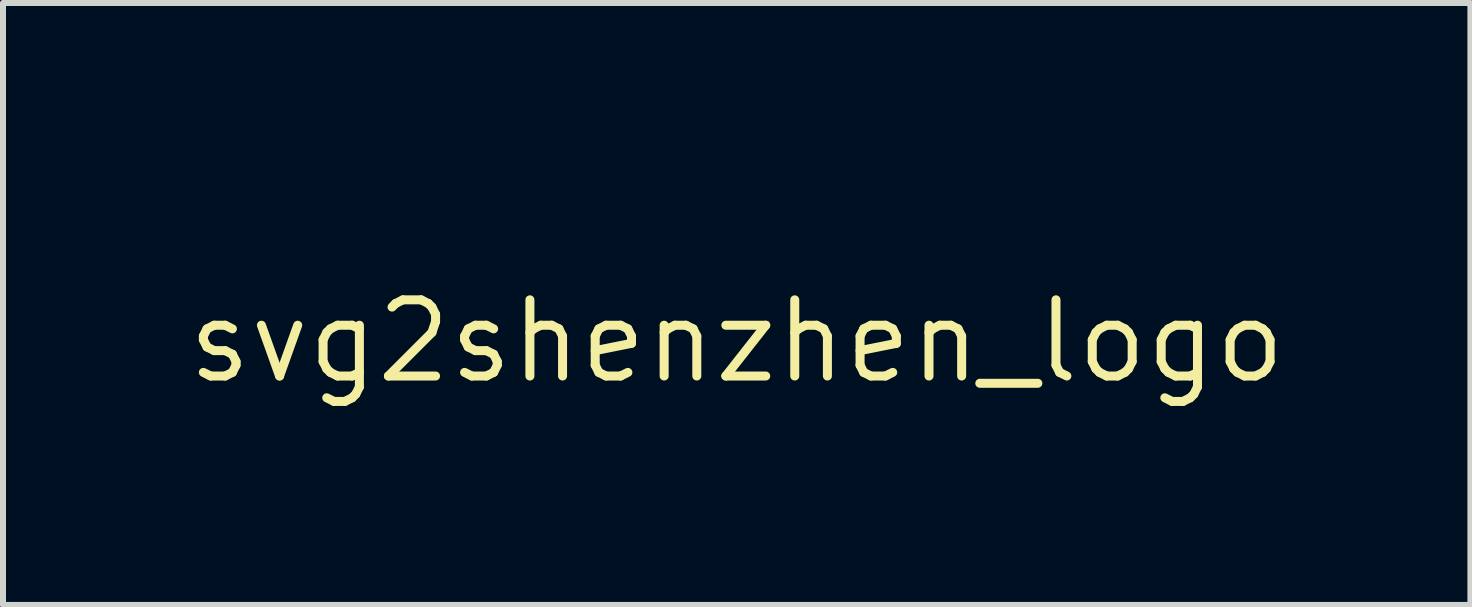
<source format=kicad_pcb>
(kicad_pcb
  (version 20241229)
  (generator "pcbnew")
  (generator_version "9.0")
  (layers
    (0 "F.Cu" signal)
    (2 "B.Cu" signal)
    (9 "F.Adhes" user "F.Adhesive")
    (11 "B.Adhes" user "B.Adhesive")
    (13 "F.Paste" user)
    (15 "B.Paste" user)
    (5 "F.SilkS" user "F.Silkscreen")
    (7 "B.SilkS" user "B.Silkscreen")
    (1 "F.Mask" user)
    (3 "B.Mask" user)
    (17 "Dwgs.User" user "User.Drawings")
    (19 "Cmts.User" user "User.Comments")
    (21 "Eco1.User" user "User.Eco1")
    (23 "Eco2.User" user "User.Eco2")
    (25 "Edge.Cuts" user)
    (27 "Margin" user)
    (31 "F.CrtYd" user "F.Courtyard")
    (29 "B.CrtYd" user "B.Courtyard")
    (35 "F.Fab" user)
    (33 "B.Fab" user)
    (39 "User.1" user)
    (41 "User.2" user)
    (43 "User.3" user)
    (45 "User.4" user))
  (footprint "svg2shenzhen_logo"
    (layer "F.Cu")
    (at 9.23 2.638)
    (property "Reference" "svg2shenzhen_logo" (at 0 0 0) (layer "F.SilkS") (effects (font (size 1.27 1.27) (thickness 0.15))))
    (attr through_hole)
    (fp_poly (pts (xy -1.122 -0.064) (xy -0.72 -0.064) (xy -0.72 -0.699) (xy -0.55 -0.699) (xy -0.55 0.826) (xy -0.72 0.826) (xy -0.72 0.169) (xy -1.122 0.169) (xy -1.122 0.826) (xy -1.291 0.826) (xy -1.291 -0.699) (xy -1.122 -0.699) (xy -1.122 -0.064)) (stroke (width 0.01) (type solid)) (fill yes) (layer "F.Mask"))
    (fp_poly (pts (xy 2.349 -0.064) (xy 2.752 -0.064) (xy 2.752 -0.699) (xy 2.921 -0.699) (xy 2.921 0.826) (xy 2.752 0.826) (xy 2.752 0.169) (xy 2.349 0.169) (xy 2.349 0.826) (xy 2.18 0.826) (xy 2.18 -0.699) (xy 2.349 -0.699) (xy 2.349 -0.064)) (stroke (width 0.01) (type solid)) (fill yes) (layer "F.Mask"))
    (fp_poly (pts (xy 3.789 -0.466) (xy 3.281 -0.466) (xy 3.281 -0.064) (xy 3.768 -0.064) (xy 3.768 0.169) (xy 3.281 0.169) (xy 3.281 0.593) (xy 3.81 0.593) (xy 3.81 0.826) (xy 3.111 0.826) (xy 3.111 -0.699) (xy 3.789 -0.699) (xy 3.789 -0.466)) (stroke (width 0.01) (type solid)) (fill yes) (layer "F.Mask"))
    (fp_poly (pts (xy 0.553 -0.694) (xy 0.64 -0.688) (xy 0.849 -0.159) (xy 1.057 0.37) (xy 1.058 -0.699) (xy 1.228 -0.699) (xy 1.228 0.828) (xy 1.049 0.815) (xy 0.646 -0.221) (xy 0.64 0.302) (xy 0.634 0.826) (xy 0.466 0.826) (xy 0.466 -0.701) (xy 0.553 -0.694)) (stroke (width 0.01) (type solid)) (fill yes) (layer "F.Mask"))
    (fp_poly (pts (xy 0.296 -0.466) (xy -0.191 -0.466) (xy -0.191 -0.064) (xy 0.299 -0.064) (xy 0.292 0.048) (xy 0.286 0.159) (xy 0.048 0.165) (xy -0.191 0.171) (xy -0.191 0.593) (xy 0.318 0.593) (xy 0.318 0.826) (xy -0.36 0.826) (xy -0.36 -0.699) (xy 0.296 -0.699) (xy 0.296 -0.466)) (stroke (width 0.01) (type solid)) (fill yes) (layer "F.Mask"))
    (fp_poly (pts (xy 4.037 -0.694) (xy 4.116 -0.688) (xy 4.328 -0.148) (xy 4.54 0.391) (xy 4.552 -0.699) (xy 4.699 -0.699) (xy 4.699 0.828) (xy 4.613 0.821) (xy 4.526 0.815) (xy 4.322 0.292) (xy 4.117 -0.231) (xy 4.111 0.297) (xy 4.106 0.826) (xy 3.958 0.826) (xy 3.958 -0.701) (xy 4.037 -0.694)) (stroke (width 0.01) (type solid)) (fill yes) (layer "F.Mask"))
    (fp_poly (pts (xy -3.093 -2.597) (xy -3.08 -2.573) (xy -3.071 -2.522) (xy -3.063 -2.438) (xy -3.062 -2.429) (xy -3.054 -2.302) (xy -3.05 -2.166) (xy -3.05 -2.031) (xy -3.053 -1.91) (xy -3.059 -1.813) (xy -3.065 -1.769) (xy -3.084 -1.704) (xy -3.111 -1.678) (xy -3.142 -1.691) (xy -3.148 -1.698) (xy -3.156 -1.727) (xy -3.164 -1.791) (xy -3.171 -1.883) (xy -3.179 -1.997) (xy -3.184 -2.125) (xy -3.185 -2.133) (xy -3.19 -2.287) (xy -3.192 -2.403) (xy -3.189 -2.487) (xy -3.182 -2.544) (xy -3.169 -2.579) (xy -3.15 -2.597) (xy -3.124 -2.603) (xy -3.112 -2.603) (xy -3.093 -2.597)) (stroke (width 0.01) (type solid)) (fill yes) (layer "F.Mask"))
    (fp_poly (pts (xy 3.346 -2.623) (xy 3.352 -2.619) (xy 3.363 -2.607) (xy 3.372 -2.586) (xy 3.378 -2.551) (xy 3.382 -2.496) (xy 3.384 -2.416) (xy 3.384 -2.306) (xy 3.382 -2.159) (xy 3.382 -2.138) (xy 3.38 -1.988) (xy 3.378 -1.875) (xy 3.375 -1.794) (xy 3.37 -1.739) (xy 3.364 -1.706) (xy 3.356 -1.688) (xy 3.344 -1.68) (xy 3.334 -1.679) (xy 3.285 -1.681) (xy 3.265 -1.686) (xy 3.256 -1.701) (xy 3.248 -1.739) (xy 3.243 -1.806) (xy 3.24 -1.904) (xy 3.239 -2.038) (xy 3.239 -2.136) (xy 3.239 -2.285) (xy 3.24 -2.397) (xy 3.243 -2.478) (xy 3.247 -2.534) (xy 3.254 -2.571) (xy 3.263 -2.594) (xy 3.276 -2.61) (xy 3.277 -2.611) (xy 3.313 -2.633) (xy 3.346 -2.623)) (stroke (width 0.01) (type solid)) (fill yes) (layer "F.Mask"))
    (fp_poly (pts (xy 2.053 -0.583) (xy 2.052 -0.546) (xy 2.046 -0.506) (xy 2.033 -0.46) (xy 2.012 -0.401) (xy 1.981 -0.326) (xy 1.937 -0.228) (xy 1.879 -0.102) (xy 1.804 0.056) (xy 1.801 0.062) (xy 1.549 0.593) (xy 2.053 0.593) (xy 2.053 0.826) (xy 1.333 0.826) (xy 1.333 0.723) (xy 1.336 0.687) (xy 1.344 0.646) (xy 1.361 0.593) (xy 1.387 0.525) (xy 1.425 0.436) (xy 1.477 0.322) (xy 1.545 0.177) (xy 1.587 0.088) (xy 1.653 -0.051) (xy 1.713 -0.177) (xy 1.764 -0.285) (xy 1.804 -0.371) (xy 1.83 -0.429) (xy 1.841 -0.455) (xy 1.841 -0.455) (xy 1.822 -0.459) (xy 1.768 -0.463) (xy 1.689 -0.465) (xy 1.609 -0.466) (xy 1.376 -0.466) (xy 1.376 -0.699) (xy 2.053 -0.699) (xy 2.053 -0.583)) (stroke (width 0.01) (type solid)) (fill yes) (layer "F.Mask"))
    (fp_poly (pts (xy 4.073 -2.624) (xy 4.162 -2.623) (xy 4.221 -2.62) (xy 4.258 -2.614) (xy 4.28 -2.604) (xy 4.292 -2.589) (xy 4.299 -2.574) (xy 4.311 -2.517) (xy 4.298 -2.479) (xy 4.278 -2.453) (xy 4.245 -2.44) (xy 4.186 -2.435) (xy 4.148 -2.434) (xy 4.022 -2.434) (xy 4.022 -2.079) (xy 4.021 -1.937) (xy 4.018 -1.833) (xy 4.011 -1.76) (xy 4 -1.712) (xy 3.983 -1.686) (xy 3.959 -1.674) (xy 3.935 -1.672) (xy 3.897 -1.689) (xy 3.886 -1.706) (xy 3.882 -1.737) (xy 3.878 -1.803) (xy 3.875 -1.896) (xy 3.874 -2.007) (xy 3.873 -2.087) (xy 3.873 -2.434) (xy 3.746 -2.434) (xy 3.673 -2.436) (xy 3.631 -2.444) (xy 3.608 -2.463) (xy 3.596 -2.484) (xy 3.584 -2.542) (xy 3.597 -2.58) (xy 3.608 -2.597) (xy 3.625 -2.609) (xy 3.655 -2.617) (xy 3.703 -2.622) (xy 3.777 -2.624) (xy 3.884 -2.625) (xy 3.949 -2.625) (xy 4.073 -2.624)) (stroke (width 0.01) (type solid)) (fill yes) (layer "F.Mask"))
    (fp_poly (pts (xy 0.502 -2.62) (xy 0.524 -2.618) (xy 0.669 -2.598) (xy 0.78 -2.558) (xy 0.866 -2.496) (xy 0.933 -2.407) (xy 0.94 -2.393) (xy 0.993 -2.253) (xy 1.004 -2.111) (xy 0.974 -1.971) (xy 0.903 -1.837) (xy 0.895 -1.826) (xy 0.841 -1.766) (xy 0.775 -1.724) (xy 0.688 -1.697) (xy 0.572 -1.681) (xy 0.528 -1.678) (xy 0.34 -1.666) (xy 0.318 -1.723) (xy 0.311 -1.763) (xy 0.305 -1.837) (xy 0.304 -1.863) (xy 0.445 -1.863) (xy 0.534 -1.864) (xy 0.613 -1.871) (xy 0.688 -1.887) (xy 0.698 -1.89) (xy 0.777 -1.937) (xy 0.832 -2.009) (xy 0.861 -2.096) (xy 0.864 -2.188) (xy 0.84 -2.275) (xy 0.788 -2.347) (xy 0.738 -2.383) (xy 0.678 -2.405) (xy 0.599 -2.423) (xy 0.559 -2.428) (xy 0.445 -2.44) (xy 0.445 -1.863) (xy 0.304 -1.863) (xy 0.3 -1.938) (xy 0.297 -2.057) (xy 0.296 -2.169) (xy 0.297 -2.321) (xy 0.299 -2.436) (xy 0.306 -2.518) (xy 0.32 -2.573) (xy 0.345 -2.605) (xy 0.381 -2.621) (xy 0.433 -2.624) (xy 0.502 -2.62)) (stroke (width 0.01) (type solid)) (fill yes) (layer "F.Mask"))
    (fp_poly (pts (xy -5.883 -2.612) (xy -5.734 -2.601) (xy -5.618 -2.568) (xy -5.53 -2.512) (xy -5.465 -2.426) (xy -5.418 -2.309) (xy -5.409 -2.274) (xy -5.391 -2.196) (xy -5.387 -2.137) (xy -5.396 -2.073) (xy -5.409 -2.022) (xy -5.457 -1.892) (xy -5.526 -1.791) (xy -5.61 -1.725) (xy -5.659 -1.709) (xy -5.736 -1.694) (xy -5.828 -1.682) (xy -5.862 -1.679) (xy -6.052 -1.666) (xy -6.074 -1.723) (xy -6.081 -1.763) (xy -6.087 -1.837) (xy -6.091 -1.935) (xy -6.093 -2.049) (xy -6.094 -2.17) (xy -6.093 -2.289) (xy -6.09 -2.397) (xy -6.088 -2.434) (xy -5.969 -2.434) (xy -5.969 -1.863) (xy -5.868 -1.864) (xy -5.789 -1.87) (xy -5.713 -1.885) (xy -5.695 -1.89) (xy -5.615 -1.938) (xy -5.558 -2.013) (xy -5.529 -2.104) (xy -5.531 -2.201) (xy -5.566 -2.295) (xy -5.567 -2.297) (xy -5.632 -2.364) (xy -5.726 -2.411) (xy -5.839 -2.433) (xy -5.874 -2.434) (xy -5.969 -2.434) (xy -6.088 -2.434) (xy -6.086 -2.486) (xy -6.08 -2.546) (xy -6.077 -2.561) (xy -6.067 -2.587) (xy -6.051 -2.602) (xy -6.019 -2.61) (xy -5.961 -2.612) (xy -5.883 -2.612)) (stroke (width 0.01) (type solid)) (fill yes) (layer "F.Mask"))
    (fp_poly (pts (xy 5.168 -2.618) (xy 5.181 -2.611) (xy 5.194 -2.599) (xy 5.204 -2.577) (xy 5.211 -2.539) (xy 5.216 -2.479) (xy 5.219 -2.392) (xy 5.222 -2.272) (xy 5.224 -2.178) (xy 5.226 -2.017) (xy 5.226 -1.895) (xy 5.223 -1.804) (xy 5.218 -1.742) (xy 5.209 -1.703) (xy 5.196 -1.682) (xy 5.178 -1.675) (xy 5.159 -1.676) (xy 5.126 -1.692) (xy 5.104 -1.731) (xy 5.09 -1.799) (xy 5.083 -1.903) (xy 5.083 -1.931) (xy 5.08 -2.053) (xy 4.657 -2.053) (xy 4.657 -1.904) (xy 4.654 -1.823) (xy 4.646 -1.754) (xy 4.635 -1.713) (xy 4.599 -1.678) (xy 4.557 -1.675) (xy 4.525 -1.703) (xy 4.519 -1.72) (xy 4.515 -1.755) (xy 4.513 -1.826) (xy 4.512 -1.923) (xy 4.512 -2.041) (xy 4.513 -2.171) (xy 4.513 -2.178) (xy 4.515 -2.321) (xy 4.518 -2.427) (xy 4.522 -2.503) (xy 4.528 -2.553) (xy 4.536 -2.585) (xy 4.546 -2.603) (xy 4.557 -2.612) (xy 4.599 -2.62) (xy 4.63 -2.589) (xy 4.65 -2.52) (xy 4.657 -2.415) (xy 4.657 -2.409) (xy 4.657 -2.265) (xy 5.074 -2.265) (xy 5.086 -2.426) (xy 5.097 -2.528) (xy 5.113 -2.592) (xy 5.136 -2.621) (xy 5.168 -2.618)) (stroke (width 0.01) (type solid)) (fill yes) (layer "F.Mask"))
    (fp_poly (pts (xy -2.54 -0.851) (xy -2.452 -0.801) (xy -2.384 -0.714) (xy -2.373 -0.692) (xy -2.321 -0.541) (xy -2.302 -0.376) (xy -2.314 -0.211) (xy -2.359 -0.057) (xy -2.371 -0.031) (xy -2.408 0.027) (xy -2.466 0.099) (xy -2.536 0.173) (xy -2.56 0.196) (xy -2.653 0.287) (xy -2.729 0.373) (xy -2.784 0.447) (xy -2.812 0.504) (xy -2.815 0.522) (xy -2.806 0.534) (xy -2.776 0.543) (xy -2.719 0.548) (xy -2.628 0.55) (xy -2.561 0.55) (xy -2.307 0.55) (xy -2.307 0.826) (xy -3.018 0.826) (xy -3.002 0.651) (xy -2.979 0.485) (xy -2.937 0.346) (xy -2.871 0.224) (xy -2.775 0.107) (xy -2.67 0.006) (xy -2.576 -0.087) (xy -2.516 -0.174) (xy -2.485 -0.265) (xy -2.477 -0.359) (xy -2.489 -0.468) (xy -2.523 -0.553) (xy -2.578 -0.606) (xy -2.595 -0.615) (xy -2.665 -0.623) (xy -2.725 -0.592) (xy -2.772 -0.526) (xy -2.803 -0.428) (xy -2.811 -0.378) (xy -2.826 -0.243) (xy -2.905 -0.237) (xy -2.985 -0.23) (xy -2.985 -0.355) (xy -2.97 -0.516) (xy -2.926 -0.655) (xy -2.856 -0.767) (xy -2.837 -0.788) (xy -2.783 -0.836) (xy -2.737 -0.86) (xy -2.679 -0.867) (xy -2.654 -0.868) (xy -2.54 -0.851)) (stroke (width 0.01) (type solid)) (fill yes) (layer "F.Mask"))
    (fp_poly (pts (xy -4.094 -0.695) (xy -4.066 -0.685) (xy -4.064 -0.682) (xy -4.068 -0.659) (xy -4.08 -0.599) (xy -4.098 -0.511) (xy -4.122 -0.398) (xy -4.149 -0.268) (xy -4.179 -0.125) (xy -4.211 0.024) (xy -4.243 0.173) (xy -4.273 0.316) (xy -4.302 0.448) (xy -4.326 0.563) (xy -4.346 0.654) (xy -4.36 0.716) (xy -4.362 0.725) (xy -4.378 0.785) (xy -4.397 0.815) (xy -4.428 0.825) (xy -4.463 0.825) (xy -4.54 0.825) (xy -4.705 0.079) (xy -4.742 -0.092) (xy -4.777 -0.251) (xy -4.807 -0.392) (xy -4.833 -0.51) (xy -4.852 -0.601) (xy -4.864 -0.66) (xy -4.869 -0.683) (xy -4.85 -0.693) (xy -4.803 -0.698) (xy -4.784 -0.699) (xy -4.731 -0.695) (xy -4.701 -0.686) (xy -4.699 -0.683) (xy -4.694 -0.656) (xy -4.682 -0.595) (xy -4.664 -0.506) (xy -4.641 -0.398) (xy -4.615 -0.275) (xy -4.587 -0.146) (xy -4.559 -0.015) (xy -4.531 0.109) (xy -4.506 0.221) (xy -4.486 0.313) (xy -4.47 0.379) (xy -4.461 0.412) (xy -4.46 0.415) (xy -4.454 0.398) (xy -4.441 0.344) (xy -4.421 0.259) (xy -4.398 0.148) (xy -4.37 0.017) (xy -4.341 -0.129) (xy -4.339 -0.137) (xy -4.227 -0.699) (xy -4.146 -0.699) (xy -4.094 -0.695)) (stroke (width 0.01) (type solid)) (fill yes) (layer "F.Mask"))
    (fp_poly (pts (xy -2.148 -2.6) (xy -2.094 -2.578) (xy -2.07 -2.553) (xy -2.064 -2.509) (xy -2.064 -2.498) (xy -2.064 -2.424) (xy -2.233 -2.424) (xy -2.373 -2.413) (xy -2.479 -2.38) (xy -2.551 -2.324) (xy -2.592 -2.243) (xy -2.603 -2.148) (xy -2.585 -2.043) (xy -2.533 -1.958) (xy -2.452 -1.899) (xy -2.348 -1.869) (xy -2.258 -1.868) (xy -2.181 -1.884) (xy -2.132 -1.911) (xy -2.115 -1.943) (xy -2.131 -1.974) (xy -2.183 -1.997) (xy -2.201 -2) (xy -2.261 -2.017) (xy -2.291 -2.044) (xy -2.299 -2.066) (xy -2.299 -2.123) (xy -2.263 -2.164) (xy -2.189 -2.189) (xy -2.168 -2.192) (xy -2.1 -2.198) (xy -2.055 -2.189) (xy -2.029 -2.159) (xy -2.016 -2.1) (xy -2.014 -2.009) (xy -2.015 -1.962) (xy -2.019 -1.87) (xy -2.025 -1.811) (xy -2.037 -1.773) (xy -2.055 -1.748) (xy -2.074 -1.733) (xy -2.14 -1.703) (xy -2.232 -1.685) (xy -2.332 -1.68) (xy -2.425 -1.691) (xy -2.463 -1.702) (xy -2.534 -1.738) (xy -2.6 -1.785) (xy -2.606 -1.791) (xy -2.657 -1.859) (xy -2.704 -1.952) (xy -2.737 -2.052) (xy -2.752 -2.143) (xy -2.752 -2.148) (xy -2.741 -2.226) (xy -2.715 -2.316) (xy -2.678 -2.403) (xy -2.637 -2.472) (xy -2.619 -2.492) (xy -2.515 -2.562) (xy -2.393 -2.605) (xy -2.266 -2.619) (xy -2.148 -2.6)) (stroke (width 0.01) (type solid)) (fill yes) (layer "F.Mask"))
    (fp_poly (pts (xy -3.648 -2.606) (xy -3.566 -2.576) (xy -3.515 -2.533) (xy -3.499 -2.478) (xy -3.504 -2.453) (xy -3.514 -2.432) (xy -3.532 -2.42) (xy -3.569 -2.416) (xy -3.632 -2.419) (xy -3.691 -2.424) (xy -3.817 -2.429) (xy -3.92 -2.421) (xy -3.994 -2.402) (xy -4.036 -2.373) (xy -4.043 -2.351) (xy -4.038 -2.33) (xy -4.021 -2.311) (xy -3.983 -2.291) (xy -3.921 -2.269) (xy -3.826 -2.239) (xy -3.771 -2.223) (xy -3.653 -2.18) (xy -3.573 -2.128) (xy -3.523 -2.063) (xy -3.5 -1.993) (xy -3.504 -1.904) (xy -3.542 -1.816) (xy -3.61 -1.739) (xy -3.624 -1.729) (xy -3.682 -1.703) (xy -3.769 -1.686) (xy -3.871 -1.678) (xy -3.974 -1.68) (xy -4.066 -1.692) (xy -4.096 -1.7) (xy -4.15 -1.72) (xy -4.174 -1.745) (xy -4.18 -1.788) (xy -4.18 -1.8) (xy -4.18 -1.873) (xy -3.957 -1.866) (xy -3.855 -1.864) (xy -3.785 -1.865) (xy -3.739 -1.872) (xy -3.706 -1.885) (xy -3.683 -1.901) (xy -3.652 -1.935) (xy -3.653 -1.965) (xy -3.687 -1.994) (xy -3.758 -2.023) (xy -3.869 -2.055) (xy -3.869 -2.056) (xy -4.004 -2.099) (xy -4.099 -2.15) (xy -4.16 -2.211) (xy -4.188 -2.285) (xy -4.191 -2.325) (xy -4.177 -2.437) (xy -4.133 -2.52) (xy -4.058 -2.578) (xy -3.949 -2.611) (xy -3.885 -2.619) (xy -3.756 -2.621) (xy -3.648 -2.606)) (stroke (width 0.01) (type solid)) (fill yes) (layer "F.Mask"))
    (fp_poly (pts (xy -1.601 -2.603) (xy -1.566 -2.57) (xy -1.518 -2.514) (xy -1.452 -2.432) (xy -1.364 -2.32) (xy -1.349 -2.301) (xy -1.278 -2.211) (xy -1.216 -2.134) (xy -1.167 -2.077) (xy -1.136 -2.045) (xy -1.128 -2.04) (xy -1.123 -2.063) (xy -1.118 -2.121) (xy -1.111 -2.204) (xy -1.105 -2.305) (xy -1.104 -2.321) (xy -1.09 -2.593) (xy -0.984 -2.593) (xy -0.979 -2.169) (xy -0.977 -2.02) (xy -0.977 -1.907) (xy -0.979 -1.826) (xy -0.984 -1.769) (xy -0.991 -1.732) (xy -1.002 -1.708) (xy -1.005 -1.703) (xy -1.026 -1.68) (xy -1.046 -1.679) (xy -1.074 -1.704) (xy -1.102 -1.736) (xy -1.14 -1.781) (xy -1.195 -1.851) (xy -1.262 -1.936) (xy -1.333 -2.027) (xy -1.34 -2.037) (xy -1.405 -2.12) (xy -1.461 -2.19) (xy -1.503 -2.239) (xy -1.527 -2.263) (xy -1.529 -2.264) (xy -1.536 -2.245) (xy -1.542 -2.193) (xy -1.545 -2.117) (xy -1.545 -2.077) (xy -1.549 -1.917) (xy -1.559 -1.797) (xy -1.577 -1.72) (xy -1.602 -1.684) (xy -1.634 -1.688) (xy -1.655 -1.708) (xy -1.667 -1.74) (xy -1.677 -1.802) (xy -1.684 -1.899) (xy -1.689 -2.034) (xy -1.69 -2.07) (xy -1.692 -2.243) (xy -1.69 -2.378) (xy -1.683 -2.48) (xy -1.671 -2.551) (xy -1.654 -2.598) (xy -1.652 -2.602) (xy -1.64 -2.616) (xy -1.624 -2.617) (xy -1.601 -2.603)) (stroke (width 0.01) (type solid)) (fill yes) (layer "F.Mask"))
    (fp_poly (pts (xy -0.227 -2.623) (xy -0.138 -2.62) (xy -0.079 -2.612) (xy -0.044 -2.597) (xy -0.027 -2.575) (xy -0.021 -2.542) (xy -0.021 -2.527) (xy -0.023 -2.478) (xy -0.026 -2.453) (xy -0.026 -2.453) (xy -0.048 -2.45) (xy -0.104 -2.446) (xy -0.183 -2.441) (xy -0.254 -2.437) (xy -0.476 -2.424) (xy -0.489 -2.27) (xy -0.331 -2.255) (xy -0.249 -2.246) (xy -0.199 -2.235) (xy -0.173 -2.219) (xy -0.162 -2.196) (xy -0.157 -2.14) (xy -0.181 -2.103) (xy -0.237 -2.08) (xy -0.33 -2.07) (xy -0.334 -2.07) (xy -0.476 -2.064) (xy -0.483 -1.963) (xy -0.489 -1.863) (xy -0.303 -1.862) (xy -0.188 -1.861) (xy -0.11 -1.856) (xy -0.06 -1.845) (xy -0.033 -1.825) (xy -0.023 -1.795) (xy -0.021 -1.767) (xy -0.024 -1.731) (xy -0.037 -1.705) (xy -0.067 -1.689) (xy -0.118 -1.679) (xy -0.199 -1.674) (xy -0.315 -1.673) (xy -0.34 -1.672) (xy -0.46 -1.675) (xy -0.543 -1.683) (xy -0.586 -1.695) (xy -0.588 -1.698) (xy -0.596 -1.725) (xy -0.602 -1.787) (xy -0.607 -1.876) (xy -0.611 -1.983) (xy -0.614 -2.101) (xy -0.615 -2.222) (xy -0.615 -2.338) (xy -0.613 -2.441) (xy -0.61 -2.524) (xy -0.604 -2.578) (xy -0.601 -2.591) (xy -0.589 -2.606) (xy -0.56 -2.616) (xy -0.509 -2.622) (xy -0.427 -2.624) (xy -0.352 -2.624) (xy -0.227 -2.623)) (stroke (width 0.01) (type solid)) (fill yes) (layer "F.Mask"))
    (fp_poly (pts (xy -4.658 -2.622) (xy -4.576 -2.617) (xy -4.517 -2.609) (xy -4.492 -2.599) (xy -4.472 -2.56) (xy -4.466 -2.517) (xy -4.471 -2.483) (xy -4.49 -2.46) (xy -4.529 -2.446) (xy -4.595 -2.438) (xy -4.694 -2.435) (xy -4.744 -2.434) (xy -4.833 -2.434) (xy -4.888 -2.43) (xy -4.918 -2.421) (xy -4.933 -2.405) (xy -4.94 -2.387) (xy -4.952 -2.332) (xy -4.948 -2.297) (xy -4.922 -2.276) (xy -4.866 -2.262) (xy -4.789 -2.252) (xy -4.706 -2.241) (xy -4.656 -2.23) (xy -4.63 -2.216) (xy -4.62 -2.194) (xy -4.618 -2.184) (xy -4.622 -2.128) (xy -4.657 -2.093) (xy -4.726 -2.076) (xy -4.774 -2.074) (xy -4.861 -2.072) (xy -4.914 -2.061) (xy -4.942 -2.036) (xy -4.952 -1.992) (xy -4.953 -1.956) (xy -4.953 -1.863) (xy -4.751 -1.863) (xy -4.658 -1.86) (xy -4.578 -1.854) (xy -4.522 -1.846) (xy -4.507 -1.841) (xy -4.477 -1.806) (xy -4.466 -1.757) (xy -4.475 -1.71) (xy -4.5 -1.685) (xy -4.539 -1.678) (xy -4.608 -1.674) (xy -4.696 -1.673) (xy -4.792 -1.673) (xy -4.885 -1.676) (xy -4.964 -1.681) (xy -5.02 -1.687) (xy -5.038 -1.693) (xy -5.049 -1.706) (xy -5.057 -1.733) (xy -5.063 -1.778) (xy -5.066 -1.848) (xy -5.068 -1.948) (xy -5.069 -2.083) (xy -5.069 -2.148) (xy -5.069 -2.299) (xy -5.067 -2.412) (xy -5.064 -2.493) (xy -5.059 -2.548) (xy -5.052 -2.582) (xy -5.042 -2.6) (xy -5.038 -2.604) (xy -5.001 -2.614) (xy -4.934 -2.62) (xy -4.848 -2.624) (xy -4.752 -2.624) (xy -4.658 -2.622)) (stroke (width 0.01) (type solid)) (fill yes) (layer "F.Mask"))
    (fp_poly (pts (xy -3.431 -0.705) (xy -3.387 -0.688) (xy -3.316 -0.632) (xy -3.251 -0.546) (xy -3.198 -0.442) (xy -3.163 -0.334) (xy -3.154 -0.25) (xy -3.158 -0.21) (xy -3.181 -0.193) (xy -3.227 -0.191) (xy -3.274 -0.194) (xy -3.3 -0.213) (xy -3.318 -0.258) (xy -3.324 -0.279) (xy -3.367 -0.38) (xy -3.43 -0.447) (xy -3.503 -0.481) (xy -3.583 -0.48) (xy -3.66 -0.446) (xy -3.729 -0.377) (xy -3.782 -0.28) (xy -3.804 -0.194) (xy -3.817 -0.081) (xy -3.823 0.049) (xy -3.82 0.181) (xy -3.81 0.302) (xy -3.791 0.4) (xy -3.782 0.428) (xy -3.726 0.531) (xy -3.655 0.599) (xy -3.576 0.631) (xy -3.495 0.628) (xy -3.42 0.589) (xy -3.356 0.516) (xy -3.313 0.418) (xy -3.289 0.331) (xy -3.281 0.277) (xy -3.295 0.247) (xy -3.335 0.235) (xy -3.405 0.233) (xy -3.418 0.233) (xy -3.556 0.233) (xy -3.556 -0.021) (xy -3.133 -0.021) (xy -3.133 0.849) (xy -3.191 0.843) (xy -3.232 0.831) (xy -3.251 0.799) (xy -3.256 0.766) (xy -3.263 0.696) (xy -3.356 0.782) (xy -3.414 0.832) (xy -3.461 0.857) (xy -3.513 0.866) (xy -3.55 0.867) (xy -3.62 0.862) (xy -3.678 0.85) (xy -3.694 0.843) (xy -3.799 0.76) (xy -3.882 0.643) (xy -3.941 0.49) (xy -3.977 0.302) (xy -3.989 0.079) (xy -3.989 0.064) (xy -3.977 -0.133) (xy -3.946 -0.309) (xy -3.895 -0.458) (xy -3.828 -0.577) (xy -3.746 -0.662) (xy -3.706 -0.687) (xy -3.623 -0.712) (xy -3.525 -0.718) (xy -3.431 -0.705)) (stroke (width 0.01) (type solid)) (fill yes) (layer "F.Mask"))
    (fp_poly (pts (xy -5.198 -0.694) (xy -5.122 -0.645) (xy -5.053 -0.552) (xy -5.007 -0.43) (xy -4.99 -0.307) (xy -4.985 -0.201) (xy -5.059 -0.201) (xy -5.102 -0.203) (xy -5.126 -0.217) (xy -5.139 -0.253) (xy -5.148 -0.307) (xy -5.173 -0.4) (xy -5.22 -0.458) (xy -5.293 -0.484) (xy -5.335 -0.487) (xy -5.415 -0.469) (xy -5.47 -0.418) (xy -5.5 -0.337) (xy -5.503 -0.285) (xy -5.501 -0.239) (xy -5.492 -0.203) (xy -5.469 -0.171) (xy -5.426 -0.139) (xy -5.357 -0.1) (xy -5.257 -0.049) (xy -5.243 -0.042) (xy -5.13 0.018) (xy -5.053 0.076) (xy -5.003 0.14) (xy -4.976 0.22) (xy -4.965 0.326) (xy -4.964 0.403) (xy -4.976 0.562) (xy -5.015 0.688) (xy -5.079 0.781) (xy -5.17 0.84) (xy -5.286 0.866) (xy -5.325 0.868) (xy -5.423 0.857) (xy -5.501 0.822) (xy -5.504 0.82) (xy -5.581 0.745) (xy -5.641 0.638) (xy -5.679 0.509) (xy -5.689 0.435) (xy -5.7 0.296) (xy -5.623 0.296) (xy -5.572 0.3) (xy -5.55 0.316) (xy -5.546 0.357) (xy -5.546 0.361) (xy -5.529 0.466) (xy -5.484 0.551) (xy -5.415 0.609) (xy -5.328 0.634) (xy -5.313 0.635) (xy -5.225 0.617) (xy -5.158 0.567) (xy -5.118 0.494) (xy -5.11 0.406) (xy -5.122 0.35) (xy -5.147 0.3) (xy -5.189 0.256) (xy -5.256 0.214) (xy -5.354 0.167) (xy -5.405 0.146) (xy -5.48 0.109) (xy -5.546 0.066) (xy -5.579 0.037) (xy -5.634 -0.057) (xy -5.663 -0.171) (xy -5.668 -0.294) (xy -5.651 -0.418) (xy -5.612 -0.531) (xy -5.553 -0.625) (xy -5.49 -0.679) (xy -5.398 -0.714) (xy -5.296 -0.718) (xy -5.198 -0.694)) (stroke (width 0.01) (type solid)) (fill yes) (layer "F.Mask"))
    (fp_poly (pts (xy -1.698 -0.698) (xy -1.618 -0.654) (xy -1.609 -0.646) (xy -1.539 -0.551) (xy -1.493 -0.429) (xy -1.476 -0.307) (xy -1.471 -0.201) (xy -1.545 -0.201) (xy -1.589 -0.203) (xy -1.613 -0.217) (xy -1.625 -0.253) (xy -1.634 -0.307) (xy -1.659 -0.4) (xy -1.707 -0.458) (xy -1.779 -0.484) (xy -1.821 -0.487) (xy -1.901 -0.469) (xy -1.957 -0.418) (xy -1.986 -0.337) (xy -1.99 -0.286) (xy -1.986 -0.233) (xy -1.971 -0.191) (xy -1.938 -0.155) (xy -1.881 -0.119) (xy -1.793 -0.075) (xy -1.753 -0.057) (xy -1.627 0.01) (xy -1.538 0.082) (xy -1.48 0.166) (xy -1.45 0.269) (xy -1.441 0.382) (xy -1.454 0.534) (xy -1.495 0.665) (xy -1.562 0.768) (xy -1.576 0.783) (xy -1.625 0.824) (xy -1.671 0.848) (xy -1.732 0.859) (xy -1.783 0.863) (xy -1.864 0.865) (xy -1.92 0.857) (xy -1.968 0.835) (xy -1.988 0.822) (xy -2.068 0.744) (xy -2.128 0.636) (xy -2.166 0.504) (xy -2.175 0.435) (xy -2.186 0.296) (xy -2.109 0.296) (xy -2.058 0.3) (xy -2.037 0.316) (xy -2.032 0.357) (xy -2.032 0.361) (xy -2.016 0.466) (xy -1.97 0.551) (xy -1.901 0.609) (xy -1.814 0.634) (xy -1.799 0.635) (xy -1.71 0.619) (xy -1.647 0.569) (xy -1.609 0.487) (xy -1.597 0.396) (xy -1.618 0.322) (xy -1.676 0.258) (xy -1.772 0.2) (xy -1.781 0.196) (xy -1.856 0.162) (xy -1.922 0.134) (xy -1.962 0.118) (xy -2.022 0.081) (xy -2.079 0.015) (xy -2.125 -0.068) (xy -2.14 -0.112) (xy -2.156 -0.228) (xy -2.149 -0.35) (xy -2.121 -0.47) (xy -2.075 -0.575) (xy -2.015 -0.654) (xy -1.981 -0.681) (xy -1.896 -0.713) (xy -1.796 -0.718) (xy -1.698 -0.698)) (stroke (width 0.01) (type solid)) (fill yes) (layer "F.Mask"))
    (fp_poly (pts (xy 2.957 -2.611) (xy 2.978 -2.59) (xy 2.988 -2.557) (xy 2.988 -2.507) (xy 2.975 -2.434) (xy 2.949 -2.335) (xy 2.91 -2.203) (xy 2.882 -2.117) (xy 2.836 -1.972) (xy 2.8 -1.863) (xy 2.773 -1.784) (xy 2.752 -1.73) (xy 2.735 -1.697) (xy 2.72 -1.68) (xy 2.705 -1.673) (xy 2.688 -1.672) (xy 2.65 -1.693) (xy 2.609 -1.754) (xy 2.568 -1.855) (xy 2.538 -1.952) (xy 2.519 -2.011) (xy 2.502 -2.052) (xy 2.498 -2.059) (xy 2.485 -2.048) (xy 2.462 -2.004) (xy 2.432 -1.936) (xy 2.411 -1.881) (xy 2.371 -1.779) (xy 2.34 -1.715) (xy 2.314 -1.683) (xy 2.291 -1.68) (xy 2.27 -1.698) (xy 2.253 -1.732) (xy 2.227 -1.799) (xy 2.195 -1.89) (xy 2.16 -1.997) (xy 2.124 -2.113) (xy 2.089 -2.229) (xy 2.058 -2.337) (xy 2.034 -2.429) (xy 2.019 -2.497) (xy 2.015 -2.533) (xy 2.029 -2.579) (xy 2.064 -2.593) (xy 2.064 -2.593) (xy 2.083 -2.587) (xy 2.102 -2.565) (xy 2.124 -2.522) (xy 2.152 -2.451) (xy 2.189 -2.348) (xy 2.201 -2.313) (xy 2.236 -2.212) (xy 2.267 -2.127) (xy 2.291 -2.065) (xy 2.306 -2.034) (xy 2.308 -2.032) (xy 2.322 -2.05) (xy 2.342 -2.095) (xy 2.348 -2.111) (xy 2.391 -2.229) (xy 2.426 -2.31) (xy 2.456 -2.36) (xy 2.483 -2.384) (xy 2.506 -2.388) (xy 2.533 -2.374) (xy 2.56 -2.337) (xy 2.591 -2.27) (xy 2.612 -2.217) (xy 2.642 -2.144) (xy 2.668 -2.092) (xy 2.686 -2.068) (xy 2.689 -2.069) (xy 2.701 -2.094) (xy 2.723 -2.151) (xy 2.752 -2.232) (xy 2.782 -2.32) (xy 2.824 -2.444) (xy 2.857 -2.531) (xy 2.885 -2.587) (xy 2.91 -2.615) (xy 2.935 -2.621) (xy 2.957 -2.611)) (stroke (width 0.01) (type solid)) (fill yes) (layer "F.Mask"))
    (fp_poly (pts (xy 3.177 -1.236) (xy 3.504 -1.235) (xy 3.798 -1.235) (xy 4.058 -1.234) (xy 4.281 -1.233) (xy 4.468 -1.232) (xy 4.616 -1.23) (xy 4.726 -1.229) (xy 4.795 -1.227) (xy 4.823 -1.225) (xy 4.984 -1.172) (xy 5.121 -1.087) (xy 5.231 -0.975) (xy 5.277 -0.901) (xy 5.289 -0.879) (xy 5.298 -0.856) (xy 5.305 -0.828) (xy 5.311 -0.791) (xy 5.316 -0.741) (xy 5.319 -0.673) (xy 5.321 -0.584) (xy 5.322 -0.469) (xy 5.323 -0.324) (xy 5.323 -0.145) (xy 5.323 0.072) (xy 5.323 0.074) (xy 5.323 0.291) (xy 5.323 0.471) (xy 5.322 0.616) (xy 5.321 0.731) (xy 5.319 0.82) (xy 5.316 0.888) (xy 5.311 0.939) (xy 5.305 0.976) (xy 5.298 1.004) (xy 5.289 1.027) (xy 5.277 1.049) (xy 5.277 1.051) (xy 5.183 1.182) (xy 5.057 1.287) (xy 4.974 1.332) (xy 4.858 1.386) (xy -0.381 1.39) (xy -0.962 1.39) (xy -1.501 1.391) (xy -2.001 1.391) (xy -2.463 1.391) (xy -2.888 1.391) (xy -3.277 1.39) (xy -3.631 1.39) (xy -3.953 1.389) (xy -4.243 1.389) (xy -4.502 1.388) (xy -4.733 1.387) (xy -4.935 1.385) (xy -5.112 1.384) (xy -5.263 1.382) (xy -5.391 1.381) (xy -5.496 1.379) (xy -5.58 1.377) (xy -5.644 1.374) (xy -5.69 1.372) (xy -5.719 1.369) (xy -5.728 1.367) (xy -5.882 1.313) (xy -6.009 1.229) (xy -6.114 1.112) (xy -6.173 1.016) (xy -6.183 0.995) (xy -6.191 0.97) (xy -6.197 0.937) (xy -6.202 0.892) (xy -6.206 0.83) (xy -6.209 0.747) (xy -6.211 0.639) (xy -6.212 0.503) (xy -6.212 0.333) (xy -6.212 0.125) (xy -6.212 0.085) (xy -6.212 -0.129) (xy -6.212 -0.304) (xy -6.211 -0.446) (xy -6.21 -0.559) (xy -6.207 -0.646) (xy -6.204 -0.712) (xy -6.2 -0.745) (xy -5.992 -0.745) (xy -5.986 0.1) (xy -5.98 0.945) (xy -5.92 1.023) (xy -5.84 1.104) (xy -5.74 1.159) (xy -5.657 1.184) (xy -5.629 1.185) (xy -5.559 1.187) (xy -5.45 1.189) (xy -5.304 1.19) (xy -5.121 1.192) (xy -4.904 1.193) (xy -4.654 1.194) (xy -4.372 1.195) (xy -4.06 1.196) (xy -3.72 1.197) (xy -3.353 1.198) (xy -2.961 1.199) (xy -2.546 1.199) (xy -2.108 1.199) (xy -1.649 1.2) (xy -1.171 1.2) (xy -0.676 1.199) (xy -0.402 1.199) (xy 4.773 1.196) (xy 4.875 1.146) (xy 4.973 1.08) (xy 5.034 1.01) (xy 5.091 0.924) (xy 5.097 0.129) (xy 5.098 -0.054) (xy 5.098 -0.225) (xy 5.098 -0.38) (xy 5.097 -0.514) (xy 5.096 -0.621) (xy 5.093 -0.696) (xy 5.091 -0.735) (xy 5.091 -0.736) (xy 5.059 -0.814) (xy 4.999 -0.893) (xy 4.92 -0.961) (xy 4.858 -0.998) (xy 4.848 -1.002) (xy 4.835 -1.006) (xy 4.817 -1.009) (xy 4.794 -1.012) (xy 4.763 -1.015) (xy 4.723 -1.018) (xy 4.672 -1.02) (xy 4.609 -1.023) (xy 4.532 -1.025) (xy 4.44 -1.027) (xy 4.33 -1.028) (xy 4.202 -1.03) (xy 4.054 -1.031) (xy 3.884 -1.032) (xy 3.691 -1.033) (xy 3.473 -1.034) (xy 3.228 -1.034) (xy 2.955 -1.035) (xy 2.653 -1.035) (xy 2.319 -1.036) (xy 1.953 -1.036) (xy 1.552 -1.036) (xy 1.116 -1.036) (xy 0.641 -1.037) (xy 0.128 -1.037) (xy -0.426 -1.037) (xy -0.446 -1.037) (xy -5.664 -1.037) (xy -5.775 -0.982) (xy -5.866 -0.924) (xy -5.929 -0.851) (xy -5.938 -0.836) (xy -5.992 -0.745) (xy -6.2 -0.745) (xy -6.199 -0.761) (xy -6.193 -0.799) (xy -6.185 -0.828) (xy -6.175 -0.854) (xy -6.168 -0.868) (xy -6.085 -0.997) (xy -5.966 -1.105) (xy -5.876 -1.16) (xy -5.768 -1.217) (xy -0.519 -1.231) (xy 0.038 -1.232) (xy 0.569 -1.233) (xy 1.075 -1.234) (xy 1.553 -1.235) (xy 2.004 -1.236) (xy 2.426 -1.236) (xy 2.817 -1.236) (xy 3.177 -1.236)) (stroke (width 0.01) (type solid)) (fill yes) (layer "F.Mask")))
  (gr_rect
    (start -3 -3)
    (end 21.46 7.034)
    (stroke (width 0.1) (type default))
    (fill no)
    (layer "Edge.Cuts")))
</source>
